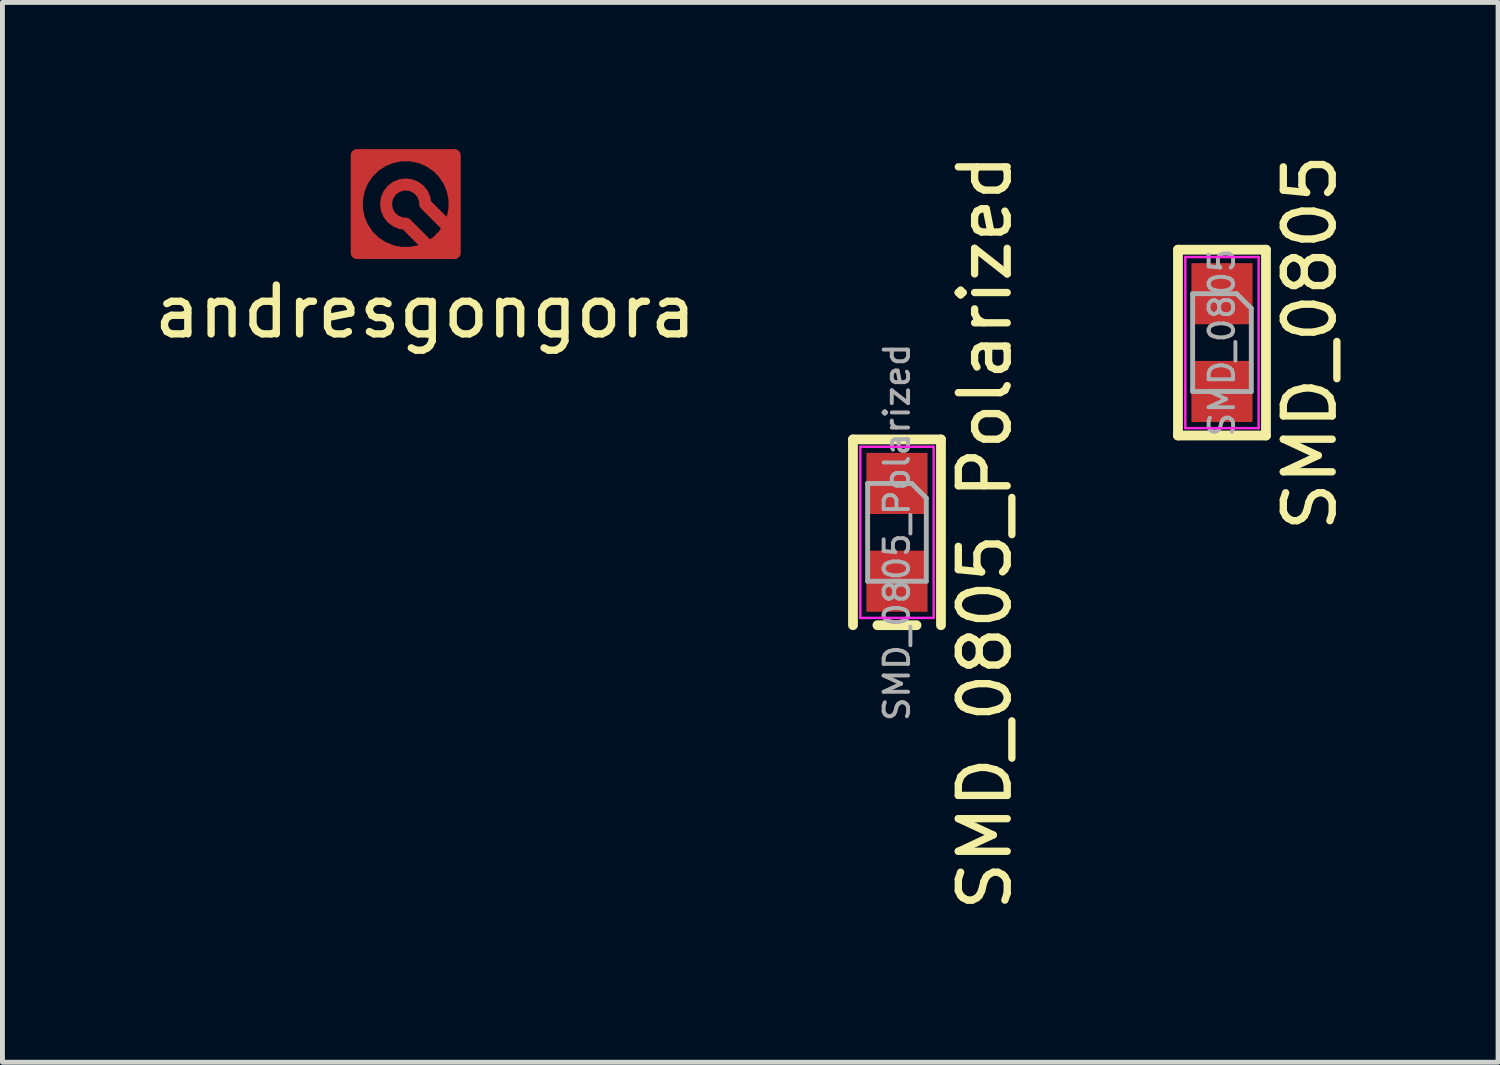
<source format=kicad_pcb>
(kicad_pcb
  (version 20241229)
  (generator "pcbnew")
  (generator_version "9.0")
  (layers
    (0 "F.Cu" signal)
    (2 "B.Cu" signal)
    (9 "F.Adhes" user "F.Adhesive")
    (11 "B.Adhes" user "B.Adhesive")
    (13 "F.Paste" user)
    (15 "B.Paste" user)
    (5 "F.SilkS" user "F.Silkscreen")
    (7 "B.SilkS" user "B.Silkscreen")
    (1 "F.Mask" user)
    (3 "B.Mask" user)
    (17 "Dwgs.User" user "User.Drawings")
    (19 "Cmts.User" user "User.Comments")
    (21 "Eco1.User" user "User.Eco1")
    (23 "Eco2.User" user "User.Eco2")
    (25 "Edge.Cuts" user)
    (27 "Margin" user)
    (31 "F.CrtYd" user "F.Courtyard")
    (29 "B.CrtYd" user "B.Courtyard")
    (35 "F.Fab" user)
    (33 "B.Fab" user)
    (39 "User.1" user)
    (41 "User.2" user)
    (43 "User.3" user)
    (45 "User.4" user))
  (footprint "andresgongora"
    (layer "F.Cu")
    (at 5.249 1.525)
    (property "Reference" "andresgongora" (at 0.4 1.8 0) (layer "F.SilkS") (effects (font (size 1 1) (thickness 0.15))))
    (attr through_hole)
    (pad "0" smd custom (at 0 0) (size 0.2 0.2) (layers "F.Cu") (options (anchor circle)) (primitives (gr_arc (start 0 0) (mid -0.282843 -0.682843) (end 0.4 -0.4) (width 0.25)) (gr_circle (center 0 -0.4) (end 1 -0.4) (width 0.25) (fill no)) (gr_line (start 0 0) (end 0.4 0.4) (width 0.25)) (gr_line (start 0.4 -0.4) (end 0.8 0) (width 0.25)) (gr_line (start 1 0.6) (end -1 0.6) (width 0.25)) (gr_line (start 1 -1.4) (end 1 0.6) (width 0.25)) (gr_line (start 1 0.6) (end 0.8 0.4) (width 0.25)) (gr_line (start -1 -1.4) (end 1 -1.4) (width 0.25)) (gr_line (start -1 -1.4) (end -0.8 -1.2) (width 0.25)) (gr_line (start -1 0.6) (end -1 -1.4) (width 0.25)) (gr_line (start -1 0.6) (end -0.8 0.4) (width 0.25)) (gr_line (start 1 -1.4) (end 0.8 -1.2) (width 0.25)))))
  (footprint "SMD_0805_Polarized"
    (layer "F.Cu")
    (at 15.298 7.839)
    (property "Reference" "SMD_0805_Polarized" (at 1.8 0 270) (layer "F.SilkS") (effects (font (size 1 1) (thickness 0.15))))
    (attr smd)
    (fp_line (start -0.9 -1.9) (end -0.9 1.9) (stroke (width 0.2) (type solid)) (layer "F.SilkS"))
    (fp_line (start -0.4 1.9) (end 0.4 1.9) (stroke (width 0.2) (type solid)) (layer "F.SilkS"))
    (fp_line (start 0.9 -1.9) (end -0.9 -1.9) (stroke (width 0.2) (type solid)) (layer "F.SilkS"))
    (fp_line (start 0.9 1.9) (end 0.9 -1.9) (stroke (width 0.2) (type solid)) (layer "F.SilkS"))
    (fp_line (start -0.75 -1.75) (end 0.75 -1.75) (stroke (width 0.05) (type solid)) (layer "F.CrtYd"))
    (fp_line (start -0.75 1.75) (end -0.75 -1.75) (stroke (width 0.05) (type solid)) (layer "F.CrtYd"))
    (fp_line (start 0.75 -1.75) (end 0.75 1.75) (stroke (width 0.05) (type solid)) (layer "F.CrtYd"))
    (fp_line (start 0.75 1.75) (end -0.75 1.75) (stroke (width 0.05) (type solid)) (layer "F.CrtYd"))
    (fp_line (start -0.6 -1) (end -0.6 1) (stroke (width 0.1) (type solid)) (layer "F.Fab"))
    (fp_line (start -0.6 1) (end 0.6 1) (stroke (width 0.1) (type solid)) (layer "F.Fab"))
    (fp_line (start 0.3 -1) (end -0.6 -1) (stroke (width 0.1) (type solid)) (layer "F.Fab"))
    (fp_line (start 0.6 -0.7) (end 0.3 -1) (stroke (width 0.1) (type solid)) (layer "F.Fab"))
    (fp_line (start 0.6 1) (end 0.6 -0.7) (stroke (width 0.1) (type solid)) (layer "F.Fab"))
    (fp_text user "${REFERENCE}" (at 0 0 270) (layer "F.Fab") (effects (font (size 0.5 0.5) (thickness 0.08))))
    (pad "1" smd rect (at 0 -1 270) (size 1.25 1.25) (layers "F.Cu" "F.Mask" "F.Paste"))
    (pad "2" smd rect (at 0 1 270) (size 1.25 1.25) (layers "F.Cu" "F.Mask" "F.Paste")))
  (footprint "SMD_0805"
    (layer "F.Cu")
    (at 21.946 3.958)
    (property "Reference" "SMD_0805" (at 1.8 0 270) (layer "F.SilkS") (effects (font (size 1 1) (thickness 0.15))))
    (attr smd)
    (fp_line (start -0.9 -1.9) (end -0.9 1.9) (stroke (width 0.2) (type solid)) (layer "F.SilkS"))
    (fp_line (start -0.9 1.9) (end 0.9 1.9) (stroke (width 0.2) (type solid)) (layer "F.SilkS"))
    (fp_line (start 0.9 -1.9) (end -0.9 -1.9) (stroke (width 0.2) (type solid)) (layer "F.SilkS"))
    (fp_line (start 0.9 1.9) (end 0.9 -1.9) (stroke (width 0.2) (type solid)) (layer "F.SilkS"))
    (fp_line (start -0.75 -1.75) (end 0.75 -1.75) (stroke (width 0.05) (type solid)) (layer "F.CrtYd"))
    (fp_line (start -0.75 1.75) (end -0.75 -1.75) (stroke (width 0.05) (type solid)) (layer "F.CrtYd"))
    (fp_line (start 0.75 -1.75) (end 0.75 1.75) (stroke (width 0.05) (type solid)) (layer "F.CrtYd"))
    (fp_line (start 0.75 1.75) (end -0.75 1.75) (stroke (width 0.05) (type solid)) (layer "F.CrtYd"))
    (fp_line (start -0.6 -1) (end -0.6 1) (stroke (width 0.1) (type solid)) (layer "F.Fab"))
    (fp_line (start -0.6 1) (end 0.6 1) (stroke (width 0.1) (type solid)) (layer "F.Fab"))
    (fp_line (start 0.3 -1) (end -0.6 -1) (stroke (width 0.1) (type solid)) (layer "F.Fab"))
    (fp_line (start 0.6 -0.7) (end 0.3 -1) (stroke (width 0.1) (type solid)) (layer "F.Fab"))
    (fp_line (start 0.6 1) (end 0.6 -0.7) (stroke (width 0.1) (type solid)) (layer "F.Fab"))
    (fp_text user "${REFERENCE}" (at 0 0 270) (layer "F.Fab") (effects (font (size 0.5 0.5) (thickness 0.08))))
    (pad "1" smd rect (at 0 -1 270) (size 1.25 1.25) (layers "F.Cu" "F.Mask" "F.Paste"))
    (pad "2" smd rect (at 0 1 270) (size 1.25 1.25) (layers "F.Cu" "F.Mask" "F.Paste")))
  (gr_rect
    (start -3 -3)
    (end 27.594 18.679)
    (stroke (width 0.1) (type default))
    (fill no)
    (layer "Edge.Cuts")))
</source>
